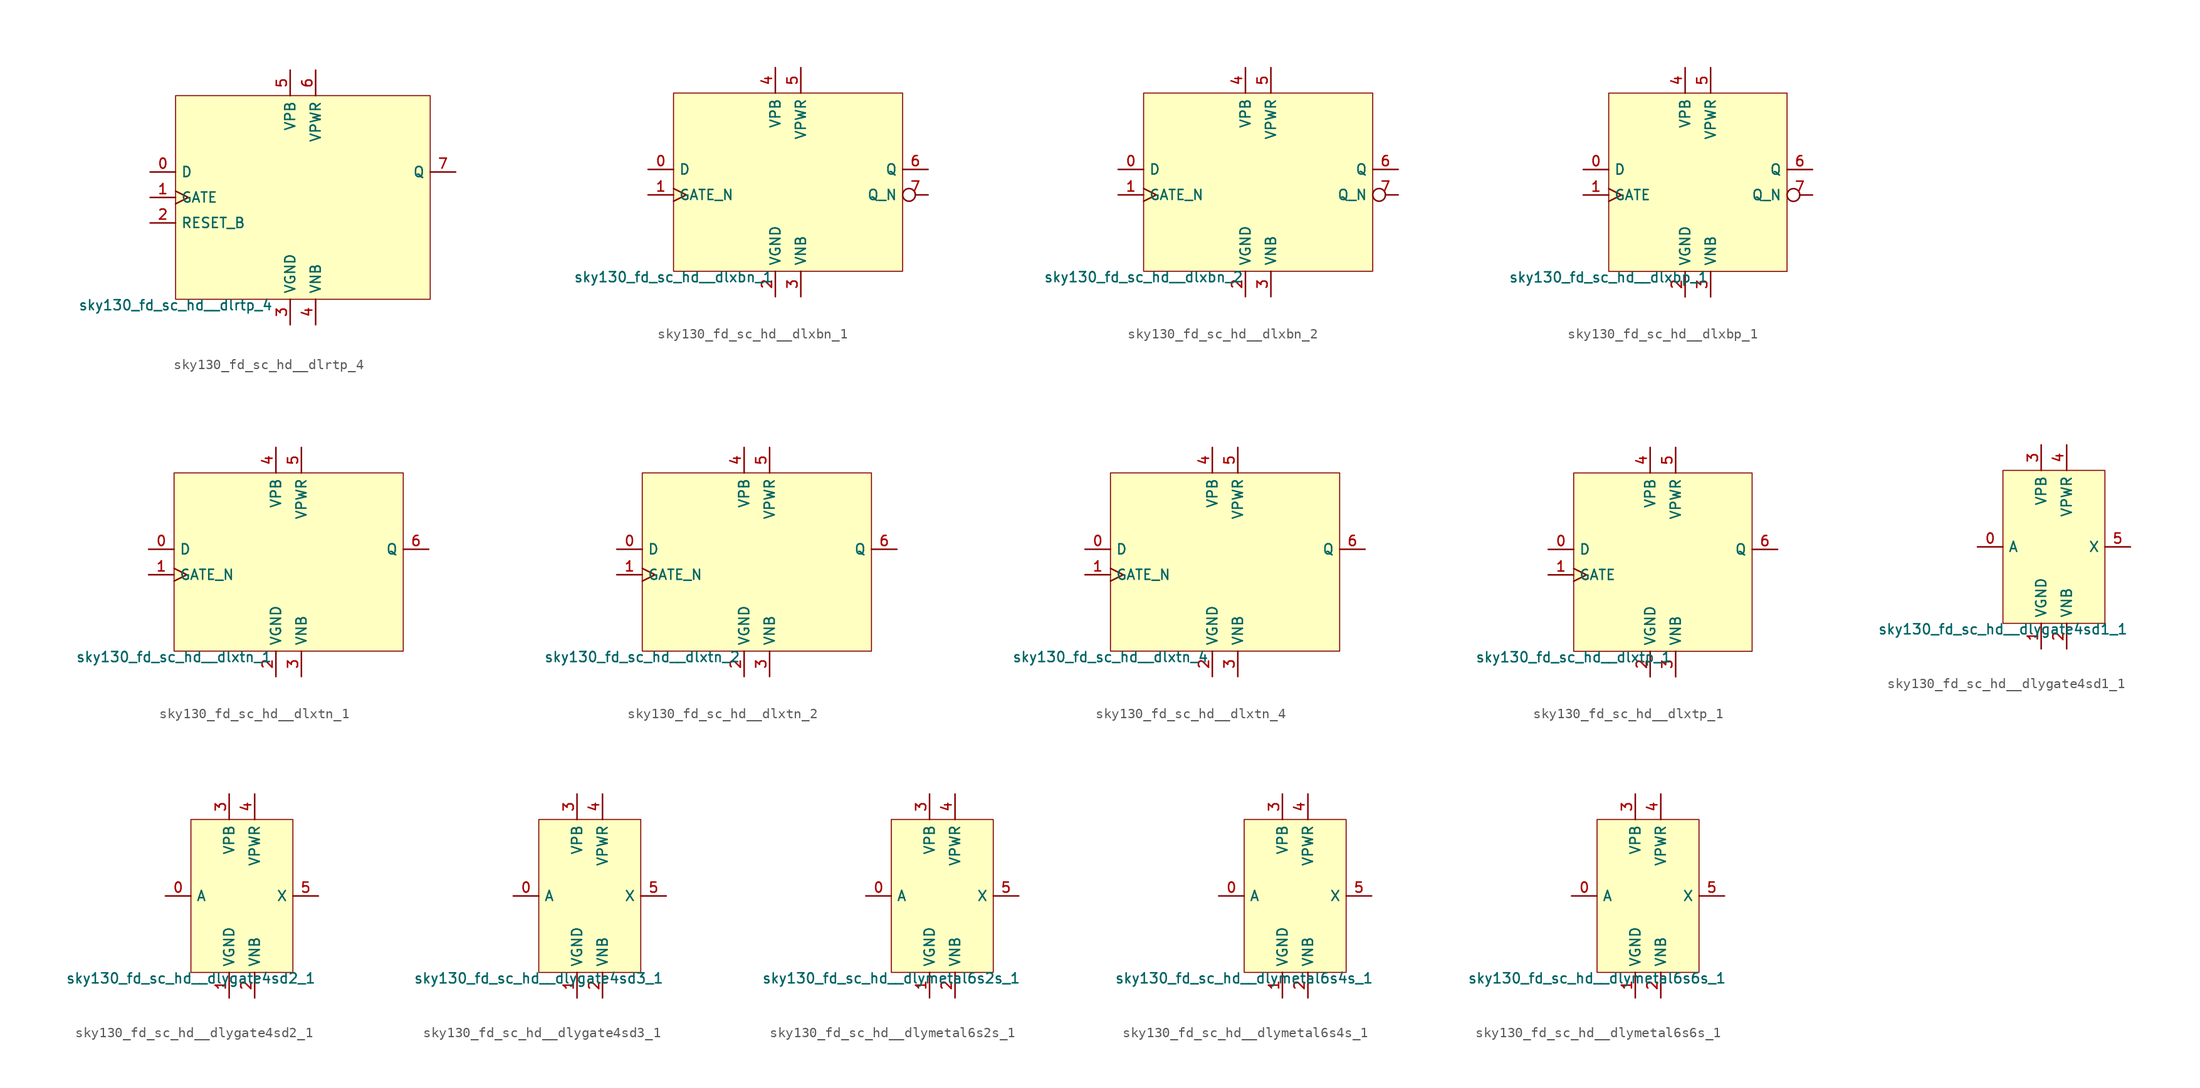
<source format=kicad_sym>
(kicad_symbol_lib
  (version 20211014)
  (generator lef2kicad_sym)
  (symbol "sky130_fd_sc_hd__dlrtp_4"
    (property "Reference" "X"
      (at 0 0 0)
      (effects (font (size 1 1)) hide))
    (property "Value" "sky130_fd_sc_hd__dlrtp_4"
      (at -12.7 -10.16 0)
      (effects (font (size 1 1)) (justify top)))
    (rectangle
      (start -12.7 -10.16)
      (end 12.7 10.16)
      (stroke (width 0.1) (type solid) (color 0 0 0 0))
      (fill (type background)))
    (pin input line
      (at -15.24 2.54 0)
      (length 2.54)
      (name "D" (effects (font (size 1 1)) hide))
      (number "0" (effects (font (size 1 1)) hide)))
    (pin input clock
      (at -15.24 0.0 0)
      (length 2.54)
      (name "GATE" (effects (font (size 1 1)) hide))
      (number "1" (effects (font (size 1 1)) hide)))
    (pin input line
      (at -15.24 -2.54 0)
      (length 2.54)
      (name "RESET_B" (effects (font (size 1 1)) hide))
      (number "2" (effects (font (size 1 1)) hide)))
    (pin power_in line
      (at -1.27 -12.7 90)
      (length 2.54)
      (name "VGND" (effects (font (size 1 1)) hide))
      (number "3" (effects (font (size 1 1)) hide)))
    (pin power_in line
      (at 1.27 -12.7 90)
      (length 2.54)
      (name "VNB" (effects (font (size 1 1)) hide))
      (number "4" (effects (font (size 1 1)) hide)))
    (pin power_in line
      (at -1.27 12.7 270)
      (length 2.54)
      (name "VPB" (effects (font (size 1 1)) hide))
      (number "5" (effects (font (size 1 1)) hide)))
    (pin power_in line
      (at 1.27 12.7 270)
      (length 2.54)
      (name "VPWR" (effects (font (size 1 1)) hide))
      (number "6" (effects (font (size 1 1)) hide)))
    (pin output line
      (at 15.24 2.54 180)
      (length 2.54)
      (name "Q" (effects (font (size 1 1)) hide))
      (number "7" (effects (font (size 1 1)) hide))))
  (symbol "sky130_fd_sc_hd__dlxbn_1"
    (property "Reference" "X"
      (at 0 0 0)
      (effects (font (size 1 1)) hide))
    (property "Value" "sky130_fd_sc_hd__dlxbn_1"
      (at -11.43 -8.89 0)
      (effects (font (size 1 1)) (justify top)))
    (rectangle
      (start -11.43 -8.89)
      (end 11.43 8.89)
      (stroke (width 0.1) (type solid) (color 0 0 0 0))
      (fill (type background)))
    (pin input line
      (at -13.97 1.27 0)
      (length 2.54)
      (name "D" (effects (font (size 1 1)) hide))
      (number "0" (effects (font (size 1 1)) hide)))
    (pin input clock
      (at -13.97 -1.27 0)
      (length 2.54)
      (name "GATE_N" (effects (font (size 1 1)) hide))
      (number "1" (effects (font (size 1 1)) hide)))
    (pin power_in line
      (at -1.27 -11.43 90)
      (length 2.54)
      (name "VGND" (effects (font (size 1 1)) hide))
      (number "2" (effects (font (size 1 1)) hide)))
    (pin power_in line
      (at 1.27 -11.43 90)
      (length 2.54)
      (name "VNB" (effects (font (size 1 1)) hide))
      (number "3" (effects (font (size 1 1)) hide)))
    (pin power_in line
      (at -1.27 11.43 270)
      (length 2.54)
      (name "VPB" (effects (font (size 1 1)) hide))
      (number "4" (effects (font (size 1 1)) hide)))
    (pin power_in line
      (at 1.27 11.43 270)
      (length 2.54)
      (name "VPWR" (effects (font (size 1 1)) hide))
      (number "5" (effects (font (size 1 1)) hide)))
    (pin output line
      (at 13.97 1.27 180)
      (length 2.54)
      (name "Q" (effects (font (size 1 1)) hide))
      (number "6" (effects (font (size 1 1)) hide)))
    (pin output inverted
      (at 13.97 -1.27 180)
      (length 2.54)
      (name "Q_N" (effects (font (size 1 1)) hide))
      (number "7" (effects (font (size 1 1)) hide))))
  (symbol "sky130_fd_sc_hd__dlxbn_2"
    (property "Reference" "X"
      (at 0 0 0)
      (effects (font (size 1 1)) hide))
    (property "Value" "sky130_fd_sc_hd__dlxbn_2"
      (at -11.43 -8.89 0)
      (effects (font (size 1 1)) (justify top)))
    (rectangle
      (start -11.43 -8.89)
      (end 11.43 8.89)
      (stroke (width 0.1) (type solid) (color 0 0 0 0))
      (fill (type background)))
    (pin input line
      (at -13.97 1.27 0)
      (length 2.54)
      (name "D" (effects (font (size 1 1)) hide))
      (number "0" (effects (font (size 1 1)) hide)))
    (pin input clock
      (at -13.97 -1.27 0)
      (length 2.54)
      (name "GATE_N" (effects (font (size 1 1)) hide))
      (number "1" (effects (font (size 1 1)) hide)))
    (pin power_in line
      (at -1.27 -11.43 90)
      (length 2.54)
      (name "VGND" (effects (font (size 1 1)) hide))
      (number "2" (effects (font (size 1 1)) hide)))
    (pin power_in line
      (at 1.27 -11.43 90)
      (length 2.54)
      (name "VNB" (effects (font (size 1 1)) hide))
      (number "3" (effects (font (size 1 1)) hide)))
    (pin power_in line
      (at -1.27 11.43 270)
      (length 2.54)
      (name "VPB" (effects (font (size 1 1)) hide))
      (number "4" (effects (font (size 1 1)) hide)))
    (pin power_in line
      (at 1.27 11.43 270)
      (length 2.54)
      (name "VPWR" (effects (font (size 1 1)) hide))
      (number "5" (effects (font (size 1 1)) hide)))
    (pin output line
      (at 13.97 1.27 180)
      (length 2.54)
      (name "Q" (effects (font (size 1 1)) hide))
      (number "6" (effects (font (size 1 1)) hide)))
    (pin output inverted
      (at 13.97 -1.27 180)
      (length 2.54)
      (name "Q_N" (effects (font (size 1 1)) hide))
      (number "7" (effects (font (size 1 1)) hide))))
  (symbol "sky130_fd_sc_hd__dlxbp_1"
    (property "Reference" "X"
      (at 0 0 0)
      (effects (font (size 1 1)) hide))
    (property "Value" "sky130_fd_sc_hd__dlxbp_1"
      (at -8.89 -8.89 0)
      (effects (font (size 1 1)) (justify top)))
    (rectangle
      (start -8.89 -8.89)
      (end 8.89 8.89)
      (stroke (width 0.1) (type solid) (color 0 0 0 0))
      (fill (type background)))
    (pin input line
      (at -11.43 1.27 0)
      (length 2.54)
      (name "D" (effects (font (size 1 1)) hide))
      (number "0" (effects (font (size 1 1)) hide)))
    (pin input clock
      (at -11.43 -1.27 0)
      (length 2.54)
      (name "GATE" (effects (font (size 1 1)) hide))
      (number "1" (effects (font (size 1 1)) hide)))
    (pin power_in line
      (at -1.27 -11.43 90)
      (length 2.54)
      (name "VGND" (effects (font (size 1 1)) hide))
      (number "2" (effects (font (size 1 1)) hide)))
    (pin power_in line
      (at 1.27 -11.43 90)
      (length 2.54)
      (name "VNB" (effects (font (size 1 1)) hide))
      (number "3" (effects (font (size 1 1)) hide)))
    (pin power_in line
      (at -1.27 11.43 270)
      (length 2.54)
      (name "VPB" (effects (font (size 1 1)) hide))
      (number "4" (effects (font (size 1 1)) hide)))
    (pin power_in line
      (at 1.27 11.43 270)
      (length 2.54)
      (name "VPWR" (effects (font (size 1 1)) hide))
      (number "5" (effects (font (size 1 1)) hide)))
    (pin output line
      (at 11.43 1.27 180)
      (length 2.54)
      (name "Q" (effects (font (size 1 1)) hide))
      (number "6" (effects (font (size 1 1)) hide)))
    (pin output inverted
      (at 11.43 -1.27 180)
      (length 2.54)
      (name "Q_N" (effects (font (size 1 1)) hide))
      (number "7" (effects (font (size 1 1)) hide))))
  (symbol "sky130_fd_sc_hd__dlxtn_1"
    (property "Reference" "X"
      (at 0 0 0)
      (effects (font (size 1 1)) hide))
    (property "Value" "sky130_fd_sc_hd__dlxtn_1"
      (at -11.43 -8.89 0)
      (effects (font (size 1 1)) (justify top)))
    (rectangle
      (start -11.43 -8.89)
      (end 11.43 8.89)
      (stroke (width 0.1) (type solid) (color 0 0 0 0))
      (fill (type background)))
    (pin input line
      (at -13.97 1.27 0)
      (length 2.54)
      (name "D" (effects (font (size 1 1)) hide))
      (number "0" (effects (font (size 1 1)) hide)))
    (pin input clock
      (at -13.97 -1.27 0)
      (length 2.54)
      (name "GATE_N" (effects (font (size 1 1)) hide))
      (number "1" (effects (font (size 1 1)) hide)))
    (pin power_in line
      (at -1.27 -11.43 90)
      (length 2.54)
      (name "VGND" (effects (font (size 1 1)) hide))
      (number "2" (effects (font (size 1 1)) hide)))
    (pin power_in line
      (at 1.27 -11.43 90)
      (length 2.54)
      (name "VNB" (effects (font (size 1 1)) hide))
      (number "3" (effects (font (size 1 1)) hide)))
    (pin power_in line
      (at -1.27 11.43 270)
      (length 2.54)
      (name "VPB" (effects (font (size 1 1)) hide))
      (number "4" (effects (font (size 1 1)) hide)))
    (pin power_in line
      (at 1.27 11.43 270)
      (length 2.54)
      (name "VPWR" (effects (font (size 1 1)) hide))
      (number "5" (effects (font (size 1 1)) hide)))
    (pin output line
      (at 13.97 1.27 180)
      (length 2.54)
      (name "Q" (effects (font (size 1 1)) hide))
      (number "6" (effects (font (size 1 1)) hide))))
  (symbol "sky130_fd_sc_hd__dlxtn_2"
    (property "Reference" "X"
      (at 0 0 0)
      (effects (font (size 1 1)) hide))
    (property "Value" "sky130_fd_sc_hd__dlxtn_2"
      (at -11.43 -8.89 0)
      (effects (font (size 1 1)) (justify top)))
    (rectangle
      (start -11.43 -8.89)
      (end 11.43 8.89)
      (stroke (width 0.1) (type solid) (color 0 0 0 0))
      (fill (type background)))
    (pin input line
      (at -13.97 1.27 0)
      (length 2.54)
      (name "D" (effects (font (size 1 1)) hide))
      (number "0" (effects (font (size 1 1)) hide)))
    (pin input clock
      (at -13.97 -1.27 0)
      (length 2.54)
      (name "GATE_N" (effects (font (size 1 1)) hide))
      (number "1" (effects (font (size 1 1)) hide)))
    (pin power_in line
      (at -1.27 -11.43 90)
      (length 2.54)
      (name "VGND" (effects (font (size 1 1)) hide))
      (number "2" (effects (font (size 1 1)) hide)))
    (pin power_in line
      (at 1.27 -11.43 90)
      (length 2.54)
      (name "VNB" (effects (font (size 1 1)) hide))
      (number "3" (effects (font (size 1 1)) hide)))
    (pin power_in line
      (at -1.27 11.43 270)
      (length 2.54)
      (name "VPB" (effects (font (size 1 1)) hide))
      (number "4" (effects (font (size 1 1)) hide)))
    (pin power_in line
      (at 1.27 11.43 270)
      (length 2.54)
      (name "VPWR" (effects (font (size 1 1)) hide))
      (number "5" (effects (font (size 1 1)) hide)))
    (pin output line
      (at 13.97 1.27 180)
      (length 2.54)
      (name "Q" (effects (font (size 1 1)) hide))
      (number "6" (effects (font (size 1 1)) hide))))
  (symbol "sky130_fd_sc_hd__dlxtn_4"
    (property "Reference" "X"
      (at 0 0 0)
      (effects (font (size 1 1)) hide))
    (property "Value" "sky130_fd_sc_hd__dlxtn_4"
      (at -11.43 -8.89 0)
      (effects (font (size 1 1)) (justify top)))
    (rectangle
      (start -11.43 -8.89)
      (end 11.43 8.89)
      (stroke (width 0.1) (type solid) (color 0 0 0 0))
      (fill (type background)))
    (pin input line
      (at -13.97 1.27 0)
      (length 2.54)
      (name "D" (effects (font (size 1 1)) hide))
      (number "0" (effects (font (size 1 1)) hide)))
    (pin input clock
      (at -13.97 -1.27 0)
      (length 2.54)
      (name "GATE_N" (effects (font (size 1 1)) hide))
      (number "1" (effects (font (size 1 1)) hide)))
    (pin power_in line
      (at -1.27 -11.43 90)
      (length 2.54)
      (name "VGND" (effects (font (size 1 1)) hide))
      (number "2" (effects (font (size 1 1)) hide)))
    (pin power_in line
      (at 1.27 -11.43 90)
      (length 2.54)
      (name "VNB" (effects (font (size 1 1)) hide))
      (number "3" (effects (font (size 1 1)) hide)))
    (pin power_in line
      (at -1.27 11.43 270)
      (length 2.54)
      (name "VPB" (effects (font (size 1 1)) hide))
      (number "4" (effects (font (size 1 1)) hide)))
    (pin power_in line
      (at 1.27 11.43 270)
      (length 2.54)
      (name "VPWR" (effects (font (size 1 1)) hide))
      (number "5" (effects (font (size 1 1)) hide)))
    (pin output line
      (at 13.97 1.27 180)
      (length 2.54)
      (name "Q" (effects (font (size 1 1)) hide))
      (number "6" (effects (font (size 1 1)) hide))))
  (symbol "sky130_fd_sc_hd__dlxtp_1"
    (property "Reference" "X"
      (at 0 0 0)
      (effects (font (size 1 1)) hide))
    (property "Value" "sky130_fd_sc_hd__dlxtp_1"
      (at -8.89 -8.89 0)
      (effects (font (size 1 1)) (justify top)))
    (rectangle
      (start -8.89 -8.89)
      (end 8.89 8.89)
      (stroke (width 0.1) (type solid) (color 0 0 0 0))
      (fill (type background)))
    (pin input line
      (at -11.43 1.27 0)
      (length 2.54)
      (name "D" (effects (font (size 1 1)) hide))
      (number "0" (effects (font (size 1 1)) hide)))
    (pin input clock
      (at -11.43 -1.27 0)
      (length 2.54)
      (name "GATE" (effects (font (size 1 1)) hide))
      (number "1" (effects (font (size 1 1)) hide)))
    (pin power_in line
      (at -1.27 -11.43 90)
      (length 2.54)
      (name "VGND" (effects (font (size 1 1)) hide))
      (number "2" (effects (font (size 1 1)) hide)))
    (pin power_in line
      (at 1.27 -11.43 90)
      (length 2.54)
      (name "VNB" (effects (font (size 1 1)) hide))
      (number "3" (effects (font (size 1 1)) hide)))
    (pin power_in line
      (at -1.27 11.43 270)
      (length 2.54)
      (name "VPB" (effects (font (size 1 1)) hide))
      (number "4" (effects (font (size 1 1)) hide)))
    (pin power_in line
      (at 1.27 11.43 270)
      (length 2.54)
      (name "VPWR" (effects (font (size 1 1)) hide))
      (number "5" (effects (font (size 1 1)) hide)))
    (pin output line
      (at 11.43 1.27 180)
      (length 2.54)
      (name "Q" (effects (font (size 1 1)) hide))
      (number "6" (effects (font (size 1 1)) hide))))
  (symbol "sky130_fd_sc_hd__dlygate4sd1_1"
    (property "Reference" "X"
      (at 0 0 0)
      (effects (font (size 1 1)) hide))
    (property "Value" "sky130_fd_sc_hd__dlygate4sd1_1"
      (at -5.08 -7.62 0)
      (effects (font (size 1 1)) (justify top)))
    (rectangle
      (start -5.08 -7.62)
      (end 5.08 7.62)
      (stroke (width 0.1) (type solid) (color 0 0 0 0))
      (fill (type background)))
    (pin input line
      (at -7.62 0.0 0)
      (length 2.54)
      (name "A" (effects (font (size 1 1)) hide))
      (number "0" (effects (font (size 1 1)) hide)))
    (pin power_in line
      (at -1.27 -10.16 90)
      (length 2.54)
      (name "VGND" (effects (font (size 1 1)) hide))
      (number "1" (effects (font (size 1 1)) hide)))
    (pin power_in line
      (at 1.27 -10.16 90)
      (length 2.54)
      (name "VNB" (effects (font (size 1 1)) hide))
      (number "2" (effects (font (size 1 1)) hide)))
    (pin power_in line
      (at -1.27 10.16 270)
      (length 2.54)
      (name "VPB" (effects (font (size 1 1)) hide))
      (number "3" (effects (font (size 1 1)) hide)))
    (pin power_in line
      (at 1.27 10.16 270)
      (length 2.54)
      (name "VPWR" (effects (font (size 1 1)) hide))
      (number "4" (effects (font (size 1 1)) hide)))
    (pin output line
      (at 7.62 0.0 180)
      (length 2.54)
      (name "X" (effects (font (size 1 1)) hide))
      (number "5" (effects (font (size 1 1)) hide))))
  (symbol "sky130_fd_sc_hd__dlygate4sd2_1"
    (property "Reference" "X"
      (at 0 0 0)
      (effects (font (size 1 1)) hide))
    (property "Value" "sky130_fd_sc_hd__dlygate4sd2_1"
      (at -5.08 -7.62 0)
      (effects (font (size 1 1)) (justify top)))
    (rectangle
      (start -5.08 -7.62)
      (end 5.08 7.62)
      (stroke (width 0.1) (type solid) (color 0 0 0 0))
      (fill (type background)))
    (pin input line
      (at -7.62 0.0 0)
      (length 2.54)
      (name "A" (effects (font (size 1 1)) hide))
      (number "0" (effects (font (size 1 1)) hide)))
    (pin power_in line
      (at -1.27 -10.16 90)
      (length 2.54)
      (name "VGND" (effects (font (size 1 1)) hide))
      (number "1" (effects (font (size 1 1)) hide)))
    (pin power_in line
      (at 1.27 -10.16 90)
      (length 2.54)
      (name "VNB" (effects (font (size 1 1)) hide))
      (number "2" (effects (font (size 1 1)) hide)))
    (pin power_in line
      (at -1.27 10.16 270)
      (length 2.54)
      (name "VPB" (effects (font (size 1 1)) hide))
      (number "3" (effects (font (size 1 1)) hide)))
    (pin power_in line
      (at 1.27 10.16 270)
      (length 2.54)
      (name "VPWR" (effects (font (size 1 1)) hide))
      (number "4" (effects (font (size 1 1)) hide)))
    (pin output line
      (at 7.62 0.0 180)
      (length 2.54)
      (name "X" (effects (font (size 1 1)) hide))
      (number "5" (effects (font (size 1 1)) hide))))
  (symbol "sky130_fd_sc_hd__dlygate4sd3_1"
    (property "Reference" "X"
      (at 0 0 0)
      (effects (font (size 1 1)) hide))
    (property "Value" "sky130_fd_sc_hd__dlygate4sd3_1"
      (at -5.08 -7.62 0)
      (effects (font (size 1 1)) (justify top)))
    (rectangle
      (start -5.08 -7.62)
      (end 5.08 7.62)
      (stroke (width 0.1) (type solid) (color 0 0 0 0))
      (fill (type background)))
    (pin input line
      (at -7.62 0.0 0)
      (length 2.54)
      (name "A" (effects (font (size 1 1)) hide))
      (number "0" (effects (font (size 1 1)) hide)))
    (pin power_in line
      (at -1.27 -10.16 90)
      (length 2.54)
      (name "VGND" (effects (font (size 1 1)) hide))
      (number "1" (effects (font (size 1 1)) hide)))
    (pin power_in line
      (at 1.27 -10.16 90)
      (length 2.54)
      (name "VNB" (effects (font (size 1 1)) hide))
      (number "2" (effects (font (size 1 1)) hide)))
    (pin power_in line
      (at -1.27 10.16 270)
      (length 2.54)
      (name "VPB" (effects (font (size 1 1)) hide))
      (number "3" (effects (font (size 1 1)) hide)))
    (pin power_in line
      (at 1.27 10.16 270)
      (length 2.54)
      (name "VPWR" (effects (font (size 1 1)) hide))
      (number "4" (effects (font (size 1 1)) hide)))
    (pin output line
      (at 7.62 0.0 180)
      (length 2.54)
      (name "X" (effects (font (size 1 1)) hide))
      (number "5" (effects (font (size 1 1)) hide))))
  (symbol "sky130_fd_sc_hd__dlymetal6s2s_1"
    (property "Reference" "X"
      (at 0 0 0)
      (effects (font (size 1 1)) hide))
    (property "Value" "sky130_fd_sc_hd__dlymetal6s2s_1"
      (at -5.08 -7.62 0)
      (effects (font (size 1 1)) (justify top)))
    (rectangle
      (start -5.08 -7.62)
      (end 5.08 7.62)
      (stroke (width 0.1) (type solid) (color 0 0 0 0))
      (fill (type background)))
    (pin input line
      (at -7.62 0.0 0)
      (length 2.54)
      (name "A" (effects (font (size 1 1)) hide))
      (number "0" (effects (font (size 1 1)) hide)))
    (pin power_in line
      (at -1.27 -10.16 90)
      (length 2.54)
      (name "VGND" (effects (font (size 1 1)) hide))
      (number "1" (effects (font (size 1 1)) hide)))
    (pin power_in line
      (at 1.27 -10.16 90)
      (length 2.54)
      (name "VNB" (effects (font (size 1 1)) hide))
      (number "2" (effects (font (size 1 1)) hide)))
    (pin power_in line
      (at -1.27 10.16 270)
      (length 2.54)
      (name "VPB" (effects (font (size 1 1)) hide))
      (number "3" (effects (font (size 1 1)) hide)))
    (pin power_in line
      (at 1.27 10.16 270)
      (length 2.54)
      (name "VPWR" (effects (font (size 1 1)) hide))
      (number "4" (effects (font (size 1 1)) hide)))
    (pin output line
      (at 7.62 0.0 180)
      (length 2.54)
      (name "X" (effects (font (size 1 1)) hide))
      (number "5" (effects (font (size 1 1)) hide))))
  (symbol "sky130_fd_sc_hd__dlymetal6s4s_1"
    (property "Reference" "X"
      (at 0 0 0)
      (effects (font (size 1 1)) hide))
    (property "Value" "sky130_fd_sc_hd__dlymetal6s4s_1"
      (at -5.08 -7.62 0)
      (effects (font (size 1 1)) (justify top)))
    (rectangle
      (start -5.08 -7.62)
      (end 5.08 7.62)
      (stroke (width 0.1) (type solid) (color 0 0 0 0))
      (fill (type background)))
    (pin input line
      (at -7.62 0.0 0)
      (length 2.54)
      (name "A" (effects (font (size 1 1)) hide))
      (number "0" (effects (font (size 1 1)) hide)))
    (pin power_in line
      (at -1.27 -10.16 90)
      (length 2.54)
      (name "VGND" (effects (font (size 1 1)) hide))
      (number "1" (effects (font (size 1 1)) hide)))
    (pin power_in line
      (at 1.27 -10.16 90)
      (length 2.54)
      (name "VNB" (effects (font (size 1 1)) hide))
      (number "2" (effects (font (size 1 1)) hide)))
    (pin power_in line
      (at -1.27 10.16 270)
      (length 2.54)
      (name "VPB" (effects (font (size 1 1)) hide))
      (number "3" (effects (font (size 1 1)) hide)))
    (pin power_in line
      (at 1.27 10.16 270)
      (length 2.54)
      (name "VPWR" (effects (font (size 1 1)) hide))
      (number "4" (effects (font (size 1 1)) hide)))
    (pin output line
      (at 7.62 0.0 180)
      (length 2.54)
      (name "X" (effects (font (size 1 1)) hide))
      (number "5" (effects (font (size 1 1)) hide))))
  (symbol "sky130_fd_sc_hd__dlymetal6s6s_1"
    (property "Reference" "X"
      (at 0 0 0)
      (effects (font (size 1 1)) hide))
    (property "Value" "sky130_fd_sc_hd__dlymetal6s6s_1"
      (at -5.08 -7.62 0)
      (effects (font (size 1 1)) (justify top)))
    (rectangle
      (start -5.08 -7.62)
      (end 5.08 7.62)
      (stroke (width 0.1) (type solid) (color 0 0 0 0))
      (fill (type background)))
    (pin input line
      (at -7.62 0.0 0)
      (length 2.54)
      (name "A" (effects (font (size 1 1)) hide))
      (number "0" (effects (font (size 1 1)) hide)))
    (pin power_in line
      (at -1.27 -10.16 90)
      (length 2.54)
      (name "VGND" (effects (font (size 1 1)) hide))
      (number "1" (effects (font (size 1 1)) hide)))
    (pin power_in line
      (at 1.27 -10.16 90)
      (length 2.54)
      (name "VNB" (effects (font (size 1 1)) hide))
      (number "2" (effects (font (size 1 1)) hide)))
    (pin power_in line
      (at -1.27 10.16 270)
      (length 2.54)
      (name "VPB" (effects (font (size 1 1)) hide))
      (number "3" (effects (font (size 1 1)) hide)))
    (pin power_in line
      (at 1.27 10.16 270)
      (length 2.54)
      (name "VPWR" (effects (font (size 1 1)) hide))
      (number "4" (effects (font (size 1 1)) hide)))
    (pin output line
      (at 7.62 0.0 180)
      (length 2.54)
      (name "X" (effects (font (size 1 1)) hide))
      (number "5" (effects (font (size 1 1)) hide)))))
</source>
